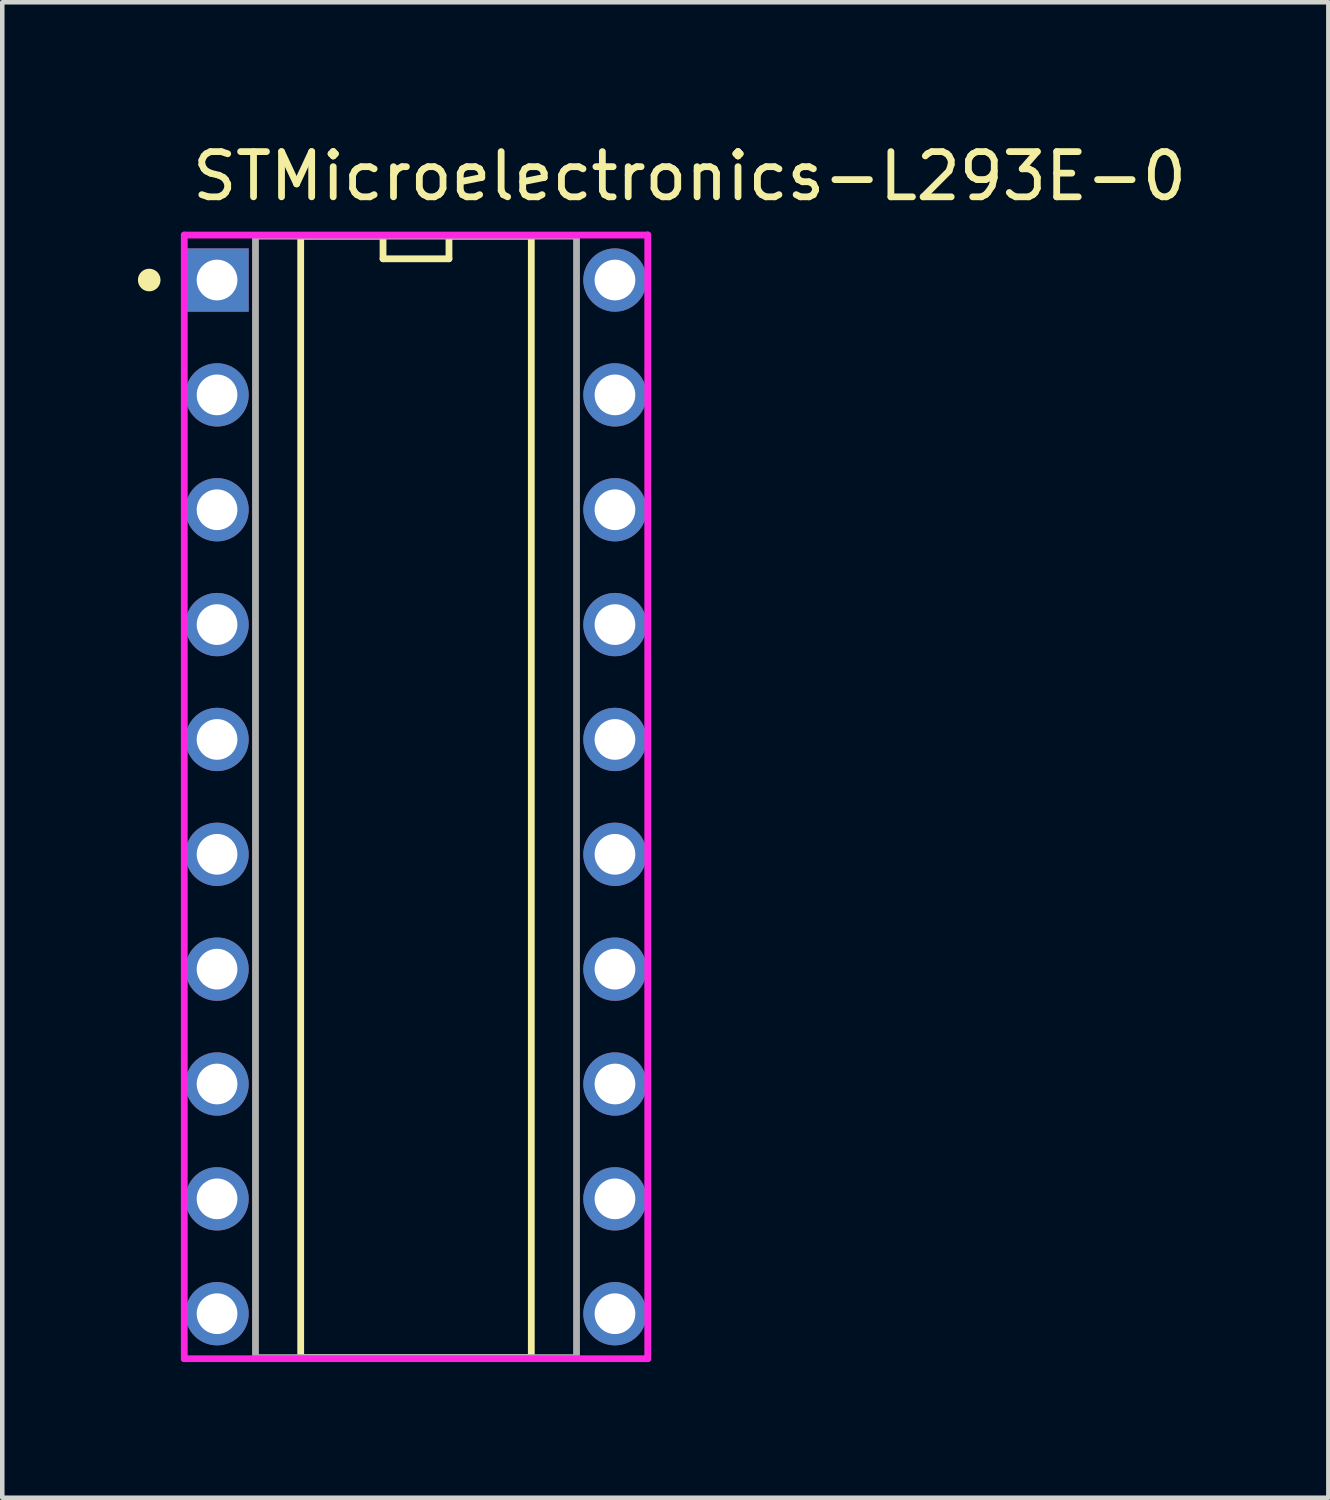
<source format=kicad_pcb>
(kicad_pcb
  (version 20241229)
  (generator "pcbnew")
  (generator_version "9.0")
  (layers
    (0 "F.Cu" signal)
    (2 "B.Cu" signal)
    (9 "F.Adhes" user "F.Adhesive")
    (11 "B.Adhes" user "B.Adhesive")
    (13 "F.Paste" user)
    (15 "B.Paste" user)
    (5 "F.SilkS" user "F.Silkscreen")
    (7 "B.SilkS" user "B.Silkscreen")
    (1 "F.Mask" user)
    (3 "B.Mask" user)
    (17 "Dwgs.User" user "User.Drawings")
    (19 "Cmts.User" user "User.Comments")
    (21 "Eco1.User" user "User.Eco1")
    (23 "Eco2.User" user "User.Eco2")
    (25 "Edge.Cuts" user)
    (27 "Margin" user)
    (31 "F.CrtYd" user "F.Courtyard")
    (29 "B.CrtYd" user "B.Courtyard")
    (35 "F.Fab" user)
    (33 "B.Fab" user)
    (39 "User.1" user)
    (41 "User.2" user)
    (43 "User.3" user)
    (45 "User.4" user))
  (footprint "STMicroelectronics-L293E-0"
    (layer "F.Cu")
    (at 6.15 14.573)
    (property "Reference" "STMicroelectronics-L293E-0" (at -5.025 -13.725 0) (layer "F.SilkS") (effects (font (size 1 1) (thickness 0.15)) (justify left)))
    (attr through_hole)
    (fp_line (start -2.55 -12.4) (end -2.55 12.4) (stroke (width 0.15) (type solid)) (layer "F.SilkS"))
    (fp_line (start -2.55 12.4) (end 2.55 12.4) (stroke (width 0.15) (type solid)) (layer "F.SilkS"))
    (fp_line (start -0.729 -12.4) (end -2.55 -12.4) (stroke (width 0.15) (type solid)) (layer "F.SilkS"))
    (fp_line (start -0.729 -11.9) (end -0.729 -12.4) (stroke (width 0.15) (type solid)) (layer "F.SilkS"))
    (fp_line (start 0.729 -12.4) (end 0.729 -11.9) (stroke (width 0.15) (type solid)) (layer "F.SilkS"))
    (fp_line (start 0.729 -11.9) (end -0.729 -11.9) (stroke (width 0.15) (type solid)) (layer "F.SilkS"))
    (fp_line (start 2.55 -12.4) (end 0.729 -12.4) (stroke (width 0.15) (type solid)) (layer "F.SilkS"))
    (fp_line (start 2.55 12.4) (end 2.55 -12.4) (stroke (width 0.15) (type solid)) (layer "F.SilkS"))
    (fp_circle (center -5.9 -11.43) (end -5.775 -11.43) (stroke (width 0.25) (type solid)) (fill no) (layer "F.SilkS"))
    (fp_line (start -5.125 -12.425) (end -5.125 12.425) (stroke (width 0.15) (type solid)) (layer "F.CrtYd"))
    (fp_line (start -5.125 12.425) (end 5.125 12.425) (stroke (width 0.15) (type solid)) (layer "F.CrtYd"))
    (fp_line (start 5.125 -12.425) (end -5.125 -12.425) (stroke (width 0.15) (type solid)) (layer "F.CrtYd"))
    (fp_line (start 5.125 -12.425) (end 5.125 -12.425) (stroke (width 0.15) (type solid)) (layer "F.CrtYd"))
    (fp_line (start 5.125 12.425) (end 5.125 -12.425) (stroke (width 0.15) (type solid)) (layer "F.CrtYd"))
    (fp_line (start -3.55 -12.4) (end 3.55 -12.4) (stroke (width 0.15) (type solid)) (layer "F.Fab"))
    (fp_line (start -3.55 12.4) (end -3.55 -12.4) (stroke (width 0.15) (type solid)) (layer "F.Fab"))
    (fp_line (start 3.55 -12.4) (end 3.55 12.4) (stroke (width 0.15) (type solid)) (layer "F.Fab"))
    (fp_line (start 3.55 12.4) (end -3.55 12.4) (stroke (width 0.15) (type solid)) (layer "F.Fab"))
    (pad "1" thru_hole rect (at -4.4 -11.43) (size 1.4 1.4) (drill 0.9) (layers "*.Cu"))
    (pad "2" thru_hole circle (at -4.4 -8.89) (size 1.4 1.4) (drill 0.9) (layers "*.Cu"))
    (pad "3" thru_hole circle (at -4.4 -6.35) (size 1.4 1.4) (drill 0.9) (layers "*.Cu"))
    (pad "4" thru_hole circle (at -4.4 -3.81) (size 1.4 1.4) (drill 0.9) (layers "*.Cu"))
    (pad "5" thru_hole circle (at -4.4 -1.27) (size 1.4 1.4) (drill 0.9) (layers "*.Cu"))
    (pad "6" thru_hole circle (at -4.4 1.27) (size 1.4 1.4) (drill 0.9) (layers "*.Cu"))
    (pad "7" thru_hole circle (at -4.4 3.81) (size 1.4 1.4) (drill 0.9) (layers "*.Cu"))
    (pad "8" thru_hole circle (at -4.4 6.35) (size 1.4 1.4) (drill 0.9) (layers "*.Cu"))
    (pad "9" thru_hole circle (at -4.4 8.89) (size 1.4 1.4) (drill 0.9) (layers "*.Cu"))
    (pad "10" thru_hole circle (at -4.4 11.43) (size 1.4 1.4) (drill 0.9) (layers "*.Cu"))
    (pad "11" thru_hole circle (at 4.4 11.43) (size 1.4 1.4) (drill 0.9) (layers "*.Cu"))
    (pad "12" thru_hole circle (at 4.4 8.89) (size 1.4 1.4) (drill 0.9) (layers "*.Cu"))
    (pad "13" thru_hole circle (at 4.4 6.35) (size 1.4 1.4) (drill 0.9) (layers "*.Cu"))
    (pad "14" thru_hole circle (at 4.4 3.81) (size 1.4 1.4) (drill 0.9) (layers "*.Cu"))
    (pad "15" thru_hole circle (at 4.4 1.27) (size 1.4 1.4) (drill 0.9) (layers "*.Cu"))
    (pad "16" thru_hole circle (at 4.4 -1.27) (size 1.4 1.4) (drill 0.9) (layers "*.Cu"))
    (pad "17" thru_hole circle (at 4.4 -3.81) (size 1.4 1.4) (drill 0.9) (layers "*.Cu"))
    (pad "18" thru_hole circle (at 4.4 -6.35) (size 1.4 1.4) (drill 0.9) (layers "*.Cu"))
    (pad "19" thru_hole circle (at 4.4 -8.89) (size 1.4 1.4) (drill 0.9) (layers "*.Cu"))
    (pad "20" thru_hole circle (at 4.4 -11.43) (size 1.4 1.4) (drill 0.9) (layers "*.Cu")))
  (gr_rect
    (start -3 -3)
    (end 26.327 30.073)
    (stroke (width 0.1) (type default))
    (fill no)
    (layer "Edge.Cuts")))
</source>
